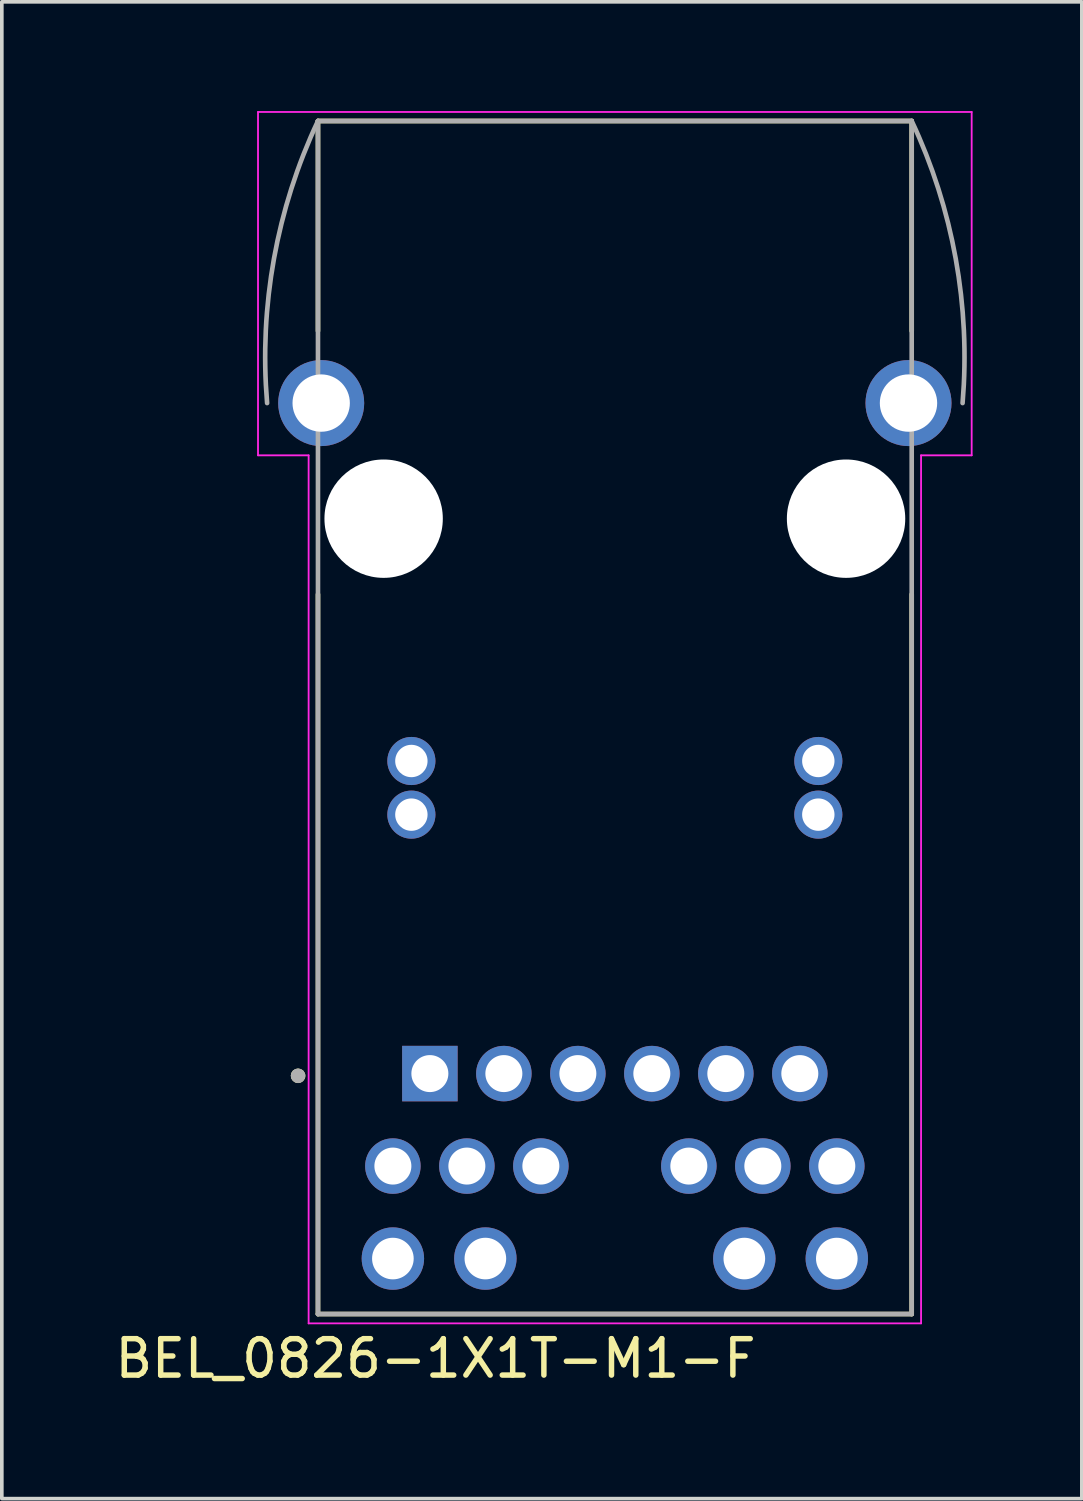
<source format=kicad_pcb>
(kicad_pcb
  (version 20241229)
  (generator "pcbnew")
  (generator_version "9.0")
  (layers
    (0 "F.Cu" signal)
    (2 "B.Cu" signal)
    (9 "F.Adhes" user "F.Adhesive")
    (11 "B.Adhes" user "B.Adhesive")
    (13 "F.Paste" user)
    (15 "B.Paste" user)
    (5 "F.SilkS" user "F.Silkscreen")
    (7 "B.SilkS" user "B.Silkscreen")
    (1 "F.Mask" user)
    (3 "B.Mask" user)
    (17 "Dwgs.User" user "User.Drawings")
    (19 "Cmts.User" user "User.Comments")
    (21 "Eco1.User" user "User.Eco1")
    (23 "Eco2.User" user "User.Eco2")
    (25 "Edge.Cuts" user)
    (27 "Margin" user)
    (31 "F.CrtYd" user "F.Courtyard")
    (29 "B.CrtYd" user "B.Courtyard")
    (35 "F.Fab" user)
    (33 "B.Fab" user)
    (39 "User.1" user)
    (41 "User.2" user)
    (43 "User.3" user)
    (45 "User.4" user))
  (footprint "BEL_0826-1X1T-M1-F"
    (layer "F.Cu")
    (at 13.836 11.195)
    (property "Reference" "BEL_0826-1X1T-M1-F" (at -4.925 23.065 0) (layer "F.SilkS") (effects (font (size 1 1) (thickness 0.15))))
    (attr through_hole)
    (fp_line (start -8.153 -5.156) (end -8.153 -10.922) (stroke (width 0.127) (type solid)) (layer "F.SilkS"))
    (fp_line (start -8.153 21.844) (end -8.153 2.078) (stroke (width 0.127) (type solid)) (layer "F.SilkS"))
    (fp_line (start -8.153 21.844) (end 8.153 21.844) (stroke (width 0.127) (type solid)) (layer "F.SilkS"))
    (fp_line (start 8.153 -10.922) (end -8.153 -10.922) (stroke (width 0.127) (type solid)) (layer "F.SilkS"))
    (fp_line (start 8.153 -5.156) (end 8.153 -10.922) (stroke (width 0.127) (type solid)) (layer "F.SilkS"))
    (fp_line (start 8.153 21.844) (end 8.153 2.078) (stroke (width 0.127) (type solid)) (layer "F.SilkS"))
    (fp_circle (center -8.7 15.3) (end -8.6 15.3) (stroke (width 0.2) (type solid)) (fill no) (layer "F.SilkS"))
    (fp_line (start -9.8 -11.17) (end 9.8 -11.17) (stroke (width 0.05) (type solid)) (layer "F.CrtYd"))
    (fp_line (start -9.8 -1.74) (end -9.8 -11.17) (stroke (width 0.05) (type solid)) (layer "F.CrtYd"))
    (fp_line (start -8.41 -1.74) (end -9.8 -1.74) (stroke (width 0.05) (type solid)) (layer "F.CrtYd"))
    (fp_line (start -8.41 22.1) (end -8.41 -1.74) (stroke (width 0.05) (type solid)) (layer "F.CrtYd"))
    (fp_line (start 8.41 -1.74) (end 8.41 22.1) (stroke (width 0.05) (type solid)) (layer "F.CrtYd"))
    (fp_line (start 8.41 22.1) (end -8.41 22.1) (stroke (width 0.05) (type solid)) (layer "F.CrtYd"))
    (fp_line (start 9.8 -11.17) (end 9.8 -1.74) (stroke (width 0.05) (type solid)) (layer "F.CrtYd"))
    (fp_line (start 9.8 -1.74) (end 8.41 -1.74) (stroke (width 0.05) (type solid)) (layer "F.CrtYd"))
    (fp_line (start -8.153 -10.922) (end -8.153 21.844) (stroke (width 0.127) (type solid)) (layer "F.Fab"))
    (fp_line (start -8.153 21.844) (end 8.153 21.844) (stroke (width 0.127) (type solid)) (layer "F.Fab"))
    (fp_line (start 8.153 -10.922) (end -8.153 -10.922) (stroke (width 0.127) (type solid)) (layer "F.Fab"))
    (fp_line (start 8.153 21.844) (end 8.153 -10.922) (stroke (width 0.127) (type solid)) (layer "F.Fab"))
    (fp_arc (start -9.5504 -3.175) (mid -9.361856 -7.140459) (end -8.1534 -10.922) (stroke (width 0.127) (type solid)) (layer "F.Fab"))
    (fp_arc (start 8.1534 -10.922) (mid 9.361856 -7.140459) (end 9.5504 -3.175) (stroke (width 0.127) (type solid)) (layer "F.Fab"))
    (fp_circle (center -8.7 15.3) (end -8.6 15.3) (stroke (width 0.2) (type solid)) (fill no) (layer "F.Fab"))
    (pad "" np_thru_hole circle (at -6.35 0) (size 3.251 3.251) (drill 3.251) (layers "*.Cu" "*.Mask"))
    (pad "" np_thru_hole circle (at 6.35 0) (size 3.251 3.251) (drill 3.251) (layers "*.Cu" "*.Mask"))
    (pad "1" thru_hole rect (at -5.08 15.24) (size 1.524 1.524) (drill 1.016) (layers "*.Cu" "*.Mask"))
    (pad "2" thru_hole circle (at -3.048 15.24) (size 1.524 1.524) (drill 1.016) (layers "*.Cu" "*.Mask"))
    (pad "3" thru_hole circle (at -1.016 15.24) (size 1.524 1.524) (drill 1.016) (layers "*.Cu" "*.Mask"))
    (pad "4" thru_hole circle (at 1.016 15.24) (size 1.524 1.524) (drill 1.016) (layers "*.Cu" "*.Mask"))
    (pad "5" thru_hole circle (at 3.048 15.24) (size 1.524 1.524) (drill 1.016) (layers "*.Cu" "*.Mask"))
    (pad "6" thru_hole circle (at 5.08 15.24) (size 1.524 1.524) (drill 1.016) (layers "*.Cu" "*.Mask"))
    (pad "7" thru_hole circle (at -6.096 17.78) (size 1.524 1.524) (drill 1.016) (layers "*.Cu" "*.Mask"))
    (pad "8" thru_hole circle (at -4.064 17.78) (size 1.524 1.524) (drill 1.016) (layers "*.Cu" "*.Mask"))
    (pad "9" thru_hole circle (at -2.032 17.78) (size 1.524 1.524) (drill 1.016) (layers "*.Cu" "*.Mask"))
    (pad "10" thru_hole circle (at 2.032 17.78) (size 1.524 1.524) (drill 1.016) (layers "*.Cu" "*.Mask"))
    (pad "11" thru_hole circle (at 4.064 17.78) (size 1.524 1.524) (drill 1.016) (layers "*.Cu" "*.Mask"))
    (pad "12" thru_hole circle (at 6.096 17.78) (size 1.524 1.524) (drill 1.016) (layers "*.Cu" "*.Mask"))
    (pad "13" thru_hole circle (at -5.588 8.128) (size 1.321 1.321) (drill 0.889) (layers "*.Cu" "*.Mask"))
    (pad "14" thru_hole circle (at 5.588 8.128) (size 1.321 1.321) (drill 0.889) (layers "*.Cu" "*.Mask"))
    (pad "15" thru_hole circle (at -5.588 6.655) (size 1.321 1.321) (drill 0.889) (layers "*.Cu" "*.Mask"))
    (pad "16" thru_hole circle (at 5.588 6.655) (size 1.321 1.321) (drill 0.889) (layers "*.Cu" "*.Mask"))
    (pad "17" thru_hole circle (at -6.096 20.32) (size 1.714 1.714) (drill 1.143) (layers "*.Cu" "*.Mask"))
    (pad "18" thru_hole circle (at -3.556 20.32) (size 1.714 1.714) (drill 1.143) (layers "*.Cu" "*.Mask"))
    (pad "19" thru_hole circle (at 3.556 20.32) (size 1.714 1.714) (drill 1.143) (layers "*.Cu" "*.Mask"))
    (pad "20" thru_hole circle (at 6.096 20.32) (size 1.714 1.714) (drill 1.143) (layers "*.Cu" "*.Mask"))
    (pad "S1" thru_hole circle (at -8.065 -3.175) (size 2.362 2.362) (drill 1.575) (layers "*.Cu" "*.Mask"))
    (pad "S2" thru_hole circle (at 8.065 -3.175) (size 2.362 2.362) (drill 1.575) (layers "*.Cu" "*.Mask"))
    (zone (net_name "") (layers "F.Cu" "B.Cu") (hatch full 0.508) (connect_pads) (min_thickness 0.01) (filled_areas_thickness no) (keepout (tracks allowed) (vias not_allowed) (pads allowed) (copperpour allowed) (footprints allowed)) (placement (enabled no)) (fill) (polygon (pts (xy 4.92 24.784) (xy 7.841 24.784) (xy 6.436 27.795) (xy 6.436 31.495) (xy 4.92 31.495))))
    (zone (net_name "") (layers "F.Cu" "B.Cu") (hatch full 0.508) (connect_pads) (min_thickness 0.01) (filled_areas_thickness no) (keepout (tracks allowed) (vias not_allowed) (pads allowed) (copperpour allowed) (footprints allowed)) (placement (enabled no)) (fill) (polygon (pts (xy 22.836 24.884) (xy 19.915 24.884) (xy 21.32 27.895) (xy 21.32 31.595) (xy 22.836 31.595))))
    (zone (net_name "") (layers "F.Cu" "B.Cu") (hatch full 0.508) (connect_pads) (min_thickness 0.01) (filled_areas_thickness no) (keepout (tracks allowed) (vias not_allowed) (pads allowed) (copperpour allowed) (footprints allowed)) (placement (enabled no)) (fill) (polygon (pts (xy 4.92 6.282) (xy 7.841 6.282) (xy 7.841 3.321) (xy 19.83 3.321) (xy 19.83 6.282) (xy 22.751 6.282) (xy 22.751 0.273) (xy 4.92 0.273)))))
  (gr_rect
    (start -3 -3)
    (end 26.661 38.108)
    (stroke (width 0.1) (type default))
    (fill no)
    (layer "Edge.Cuts")))
</source>
